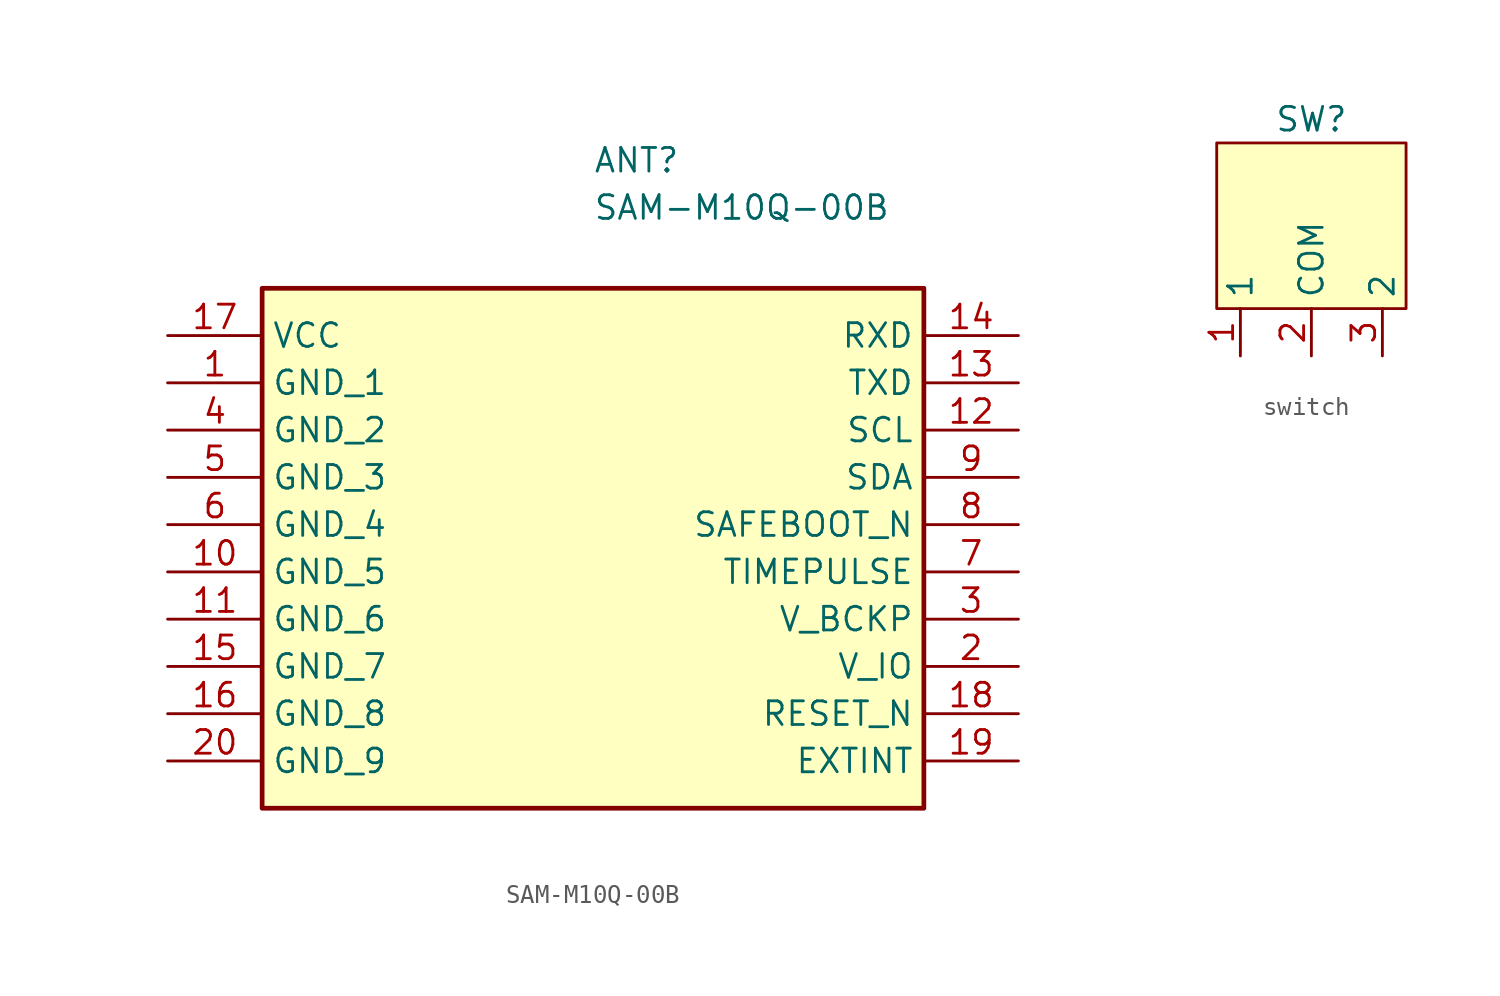
<source format=kicad_sym>
(kicad_symbol_lib
  (version 20220914)
  (generator kicad_symbol_editor)
  (symbol "SAM-M10Q-00B"
    (property "Reference" "ANT"
      (at 0 11.43 0)
      (effects (font (size 1.27 1.27)) (justify left top)))
    (property "Value" "SAM-M10Q-00B"
      (at 0 8.89 0)
      (effects (font (size 1.27 1.27)) (justify left top)))
    (symbol "SAM-M10Q-00B_1_1"
      (rectangle (start -17.78 3.81) (end 17.78 -24.13) (stroke (width 0.254) (type default)) (fill (type background)))
      (pin passive line (at -22.86 -1.27 0) (length 5.08) (name "GND_1" (effects (font (size 1.27 1.27)))) (number "1" (effects (font (size 1.27 1.27)))))
      (pin passive line (at -22.86 -11.43 0) (length 5.08) (name "GND_5" (effects (font (size 1.27 1.27)))) (number "10" (effects (font (size 1.27 1.27)))))
      (pin passive line (at -22.86 -13.97 0) (length 5.08) (name "GND_6" (effects (font (size 1.27 1.27)))) (number "11" (effects (font (size 1.27 1.27)))))
      (pin passive line (at 22.86 -3.81 180) (length 5.08) (name "SCL" (effects (font (size 1.27 1.27)))) (number "12" (effects (font (size 1.27 1.27)))))
      (pin passive line (at 22.86 -1.27 180) (length 5.08) (name "TXD" (effects (font (size 1.27 1.27)))) (number "13" (effects (font (size 1.27 1.27)))))
      (pin passive line (at 22.86 1.27 180) (length 5.08) (name "RXD" (effects (font (size 1.27 1.27)))) (number "14" (effects (font (size 1.27 1.27)))))
      (pin passive line (at -22.86 -16.51 0) (length 5.08) (name "GND_7" (effects (font (size 1.27 1.27)))) (number "15" (effects (font (size 1.27 1.27)))))
      (pin passive line (at -22.86 -19.05 0) (length 5.08) (name "GND_8" (effects (font (size 1.27 1.27)))) (number "16" (effects (font (size 1.27 1.27)))))
      (pin passive line (at -22.86 1.27 0) (length 5.08) (name "VCC" (effects (font (size 1.27 1.27)))) (number "17" (effects (font (size 1.27 1.27)))))
      (pin passive line (at 22.86 -19.05 180) (length 5.08) (name "RESET_N" (effects (font (size 1.27 1.27)))) (number "18" (effects (font (size 1.27 1.27)))))
      (pin passive line (at 22.86 -21.59 180) (length 5.08) (name "EXTINT" (effects (font (size 1.27 1.27)))) (number "19" (effects (font (size 1.27 1.27)))))
      (pin passive line (at 22.86 -16.51 180) (length 5.08) (name "V_IO" (effects (font (size 1.27 1.27)))) (number "2" (effects (font (size 1.27 1.27)))))
      (pin passive line (at -22.86 -21.59 0) (length 5.08) (name "GND_9" (effects (font (size 1.27 1.27)))) (number "20" (effects (font (size 1.27 1.27)))))
      (pin passive line (at 22.86 -13.97 180) (length 5.08) (name "V_BCKP" (effects (font (size 1.27 1.27)))) (number "3" (effects (font (size 1.27 1.27)))))
      (pin passive line (at -22.86 -3.81 0) (length 5.08) (name "GND_2" (effects (font (size 1.27 1.27)))) (number "4" (effects (font (size 1.27 1.27)))))
      (pin passive line (at -22.86 -6.35 0) (length 5.08) (name "GND_3" (effects (font (size 1.27 1.27)))) (number "5" (effects (font (size 1.27 1.27)))))
      (pin passive line (at -22.86 -8.89 0) (length 5.08) (name "GND_4" (effects (font (size 1.27 1.27)))) (number "6" (effects (font (size 1.27 1.27)))))
      (pin passive line (at 22.86 -11.43 180) (length 5.08) (name "TIMEPULSE" (effects (font (size 1.27 1.27)))) (number "7" (effects (font (size 1.27 1.27)))))
      (pin passive line (at 22.86 -8.89 180) (length 5.08) (name "SAFEBOOT_N" (effects (font (size 1.27 1.27)))) (number "8" (effects (font (size 1.27 1.27)))))
      (pin passive line (at 22.86 -6.35 180) (length 5.08) (name "SDA" (effects (font (size 1.27 1.27)))) (number "9" (effects (font (size 1.27 1.27)))))))
  (symbol "switch"
    (property "Reference" "SW"
      (at 0 1.27 0)
      (effects (font (size 1.27 1.27))))
    (property "Value" ""
      (at 0 -3.81 0)
      (effects (font (size 1.27 1.27))))
    (symbol "switch_0_1"
      (rectangle (start -5.08 0) (end 5.08 -8.89) (stroke (width 0) (type default)) (fill (type background))))
    (symbol "switch_1_1"
      (pin input line (at -3.81 -11.43 90) (length 2.54) (name "1" (effects (font (size 1.27 1.27)))) (number "1" (effects (font (size 1.27 1.27)))))
      (pin input line (at 0 -11.43 90) (length 2.54) (name "COM" (effects (font (size 1.27 1.27)))) (number "2" (effects (font (size 1.27 1.27)))))
      (pin input line (at 3.81 -11.43 90) (length 2.54) (name "2" (effects (font (size 1.27 1.27)))) (number "3" (effects (font (size 1.27 1.27))))))))
</source>
